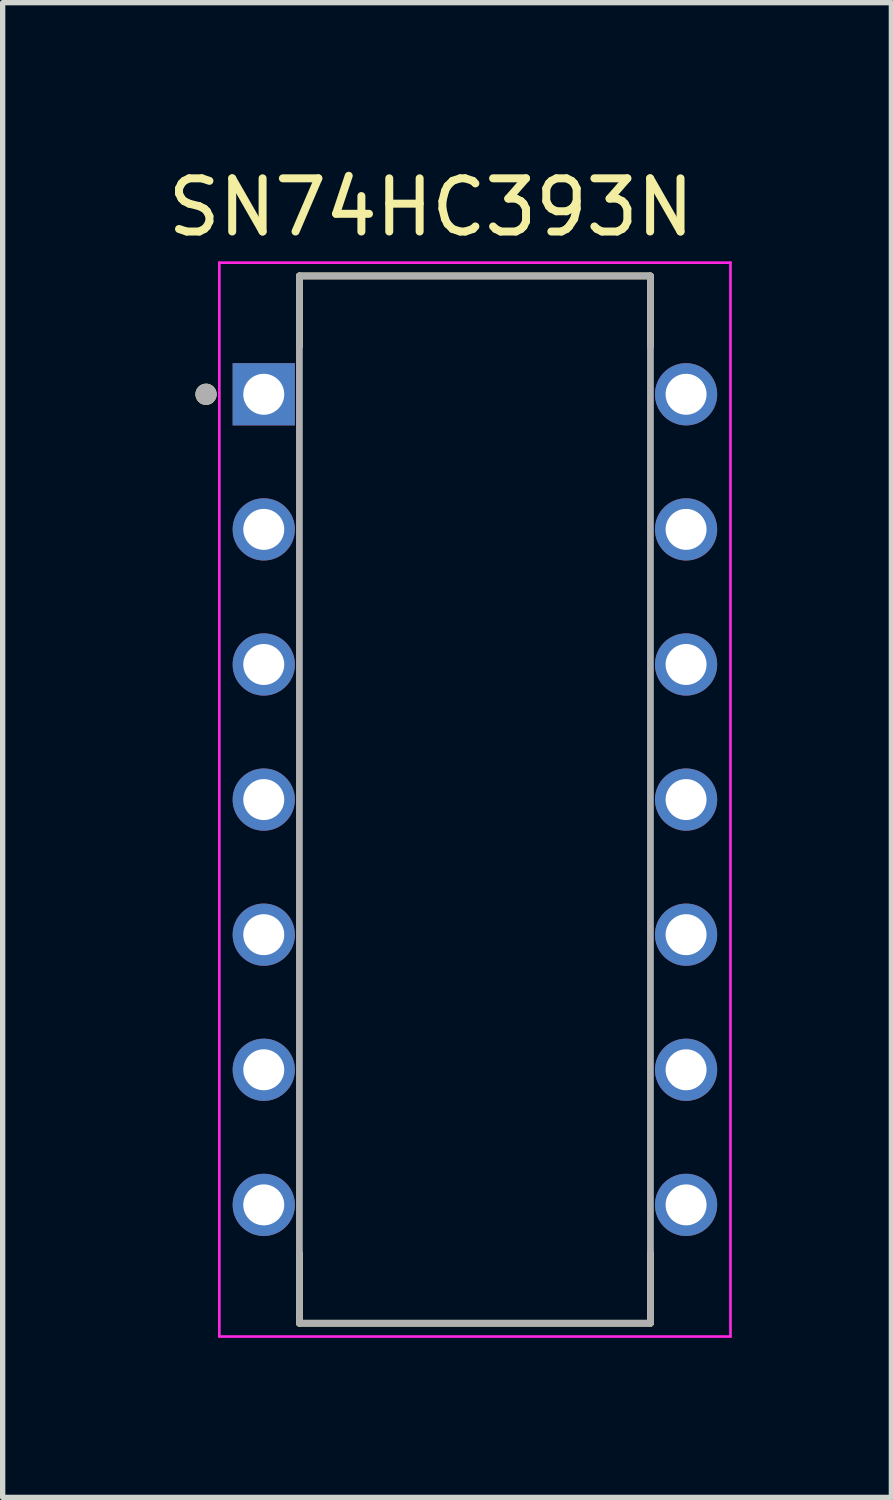
<source format=kicad_pcb>
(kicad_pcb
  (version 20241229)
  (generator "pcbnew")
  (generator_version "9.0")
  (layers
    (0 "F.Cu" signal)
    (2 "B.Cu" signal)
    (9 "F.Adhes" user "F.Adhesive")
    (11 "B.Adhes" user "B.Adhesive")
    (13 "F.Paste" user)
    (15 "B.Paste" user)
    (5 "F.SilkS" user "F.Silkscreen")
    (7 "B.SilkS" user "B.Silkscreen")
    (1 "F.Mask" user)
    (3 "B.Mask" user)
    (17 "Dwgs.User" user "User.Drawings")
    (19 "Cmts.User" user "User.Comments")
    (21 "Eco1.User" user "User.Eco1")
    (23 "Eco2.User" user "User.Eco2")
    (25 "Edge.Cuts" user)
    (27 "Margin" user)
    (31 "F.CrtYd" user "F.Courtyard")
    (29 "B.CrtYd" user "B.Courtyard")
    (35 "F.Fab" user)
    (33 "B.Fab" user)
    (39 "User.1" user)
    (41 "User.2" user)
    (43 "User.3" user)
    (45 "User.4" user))
  (footprint "SN74HC393N"
    (layer "F.Cu")
    (at 5.879 11.983)
    (property "Reference" "SN74HC393N" (at -0.825 -11.135 0) (layer "F.SilkS") (effects (font (size 1 1) (thickness 0.15))))
    (attr through_hole)
    (fp_line (start -3.3 -9.845) (end 3.3 -9.845) (stroke (width 0.127) (type solid)) (layer "F.SilkS"))
    (fp_line (start -3.3 -8.525) (end -3.3 -9.845) (stroke (width 0.127) (type solid)) (layer "F.SilkS"))
    (fp_line (start -3.3 9.845) (end -3.3 8.525) (stroke (width 0.127) (type solid)) (layer "F.SilkS"))
    (fp_line (start 3.3 -9.845) (end 3.3 -8.525) (stroke (width 0.127) (type solid)) (layer "F.SilkS"))
    (fp_line (start 3.3 8.525) (end 3.3 9.845) (stroke (width 0.127) (type solid)) (layer "F.SilkS"))
    (fp_line (start 3.3 9.845) (end -3.3 9.845) (stroke (width 0.127) (type solid)) (layer "F.SilkS"))
    (fp_circle (center -5.055 -7.62) (end -4.955 -7.62) (stroke (width 0.2) (type solid)) (fill no) (layer "F.SilkS"))
    (fp_line (start -4.805 -10.095) (end -4.805 10.095) (stroke (width 0.05) (type solid)) (layer "F.CrtYd"))
    (fp_line (start 4.805 -10.095) (end -4.805 -10.095) (stroke (width 0.05) (type solid)) (layer "F.CrtYd"))
    (fp_line (start 4.805 -10.095) (end 4.805 10.095) (stroke (width 0.05) (type solid)) (layer "F.CrtYd"))
    (fp_line (start 4.805 10.095) (end -4.805 10.095) (stroke (width 0.05) (type solid)) (layer "F.CrtYd"))
    (fp_line (start -3.3 -9.845) (end -3.3 9.845) (stroke (width 0.127) (type solid)) (layer "F.Fab"))
    (fp_line (start -3.3 -9.845) (end 3.3 -9.845) (stroke (width 0.127) (type solid)) (layer "F.Fab"))
    (fp_line (start -3.3 9.845) (end 3.3 9.845) (stroke (width 0.127) (type solid)) (layer "F.Fab"))
    (fp_line (start 3.3 -9.845) (end 3.3 9.845) (stroke (width 0.127) (type solid)) (layer "F.Fab"))
    (fp_circle (center -5.055 -7.62) (end -4.955 -7.62) (stroke (width 0.2) (type solid)) (fill no) (layer "F.Fab"))
    (pad "1" thru_hole rect (at -3.97 -7.62) (size 1.17 1.17) (drill 0.77) (layers "*.Cu" "*.Mask"))
    (pad "2" thru_hole circle (at -3.97 -5.08) (size 1.17 1.17) (drill 0.77) (layers "*.Cu" "*.Mask"))
    (pad "3" thru_hole circle (at -3.97 -2.54) (size 1.17 1.17) (drill 0.77) (layers "*.Cu" "*.Mask"))
    (pad "4" thru_hole circle (at -3.97 0) (size 1.17 1.17) (drill 0.77) (layers "*.Cu" "*.Mask"))
    (pad "5" thru_hole circle (at -3.97 2.54) (size 1.17 1.17) (drill 0.77) (layers "*.Cu" "*.Mask"))
    (pad "6" thru_hole circle (at -3.97 5.08) (size 1.17 1.17) (drill 0.77) (layers "*.Cu" "*.Mask"))
    (pad "7" thru_hole circle (at -3.97 7.62) (size 1.17 1.17) (drill 0.77) (layers "*.Cu" "*.Mask"))
    (pad "8" thru_hole circle (at 3.97 7.62) (size 1.17 1.17) (drill 0.77) (layers "*.Cu" "*.Mask"))
    (pad "9" thru_hole circle (at 3.97 5.08) (size 1.17 1.17) (drill 0.77) (layers "*.Cu" "*.Mask"))
    (pad "10" thru_hole circle (at 3.97 2.54) (size 1.17 1.17) (drill 0.77) (layers "*.Cu" "*.Mask"))
    (pad "11" thru_hole circle (at 3.97 0) (size 1.17 1.17) (drill 0.77) (layers "*.Cu" "*.Mask"))
    (pad "12" thru_hole circle (at 3.97 -2.54) (size 1.17 1.17) (drill 0.77) (layers "*.Cu" "*.Mask"))
    (pad "13" thru_hole circle (at 3.97 -5.08) (size 1.17 1.17) (drill 0.77) (layers "*.Cu" "*.Mask"))
    (pad "14" thru_hole circle (at 3.97 -7.62) (size 1.17 1.17) (drill 0.77) (layers "*.Cu" "*.Mask")))
  (gr_rect
    (start -3 -3)
    (end 13.709 25.103)
    (stroke (width 0.1) (type default))
    (fill no)
    (layer "Edge.Cuts")))
</source>
